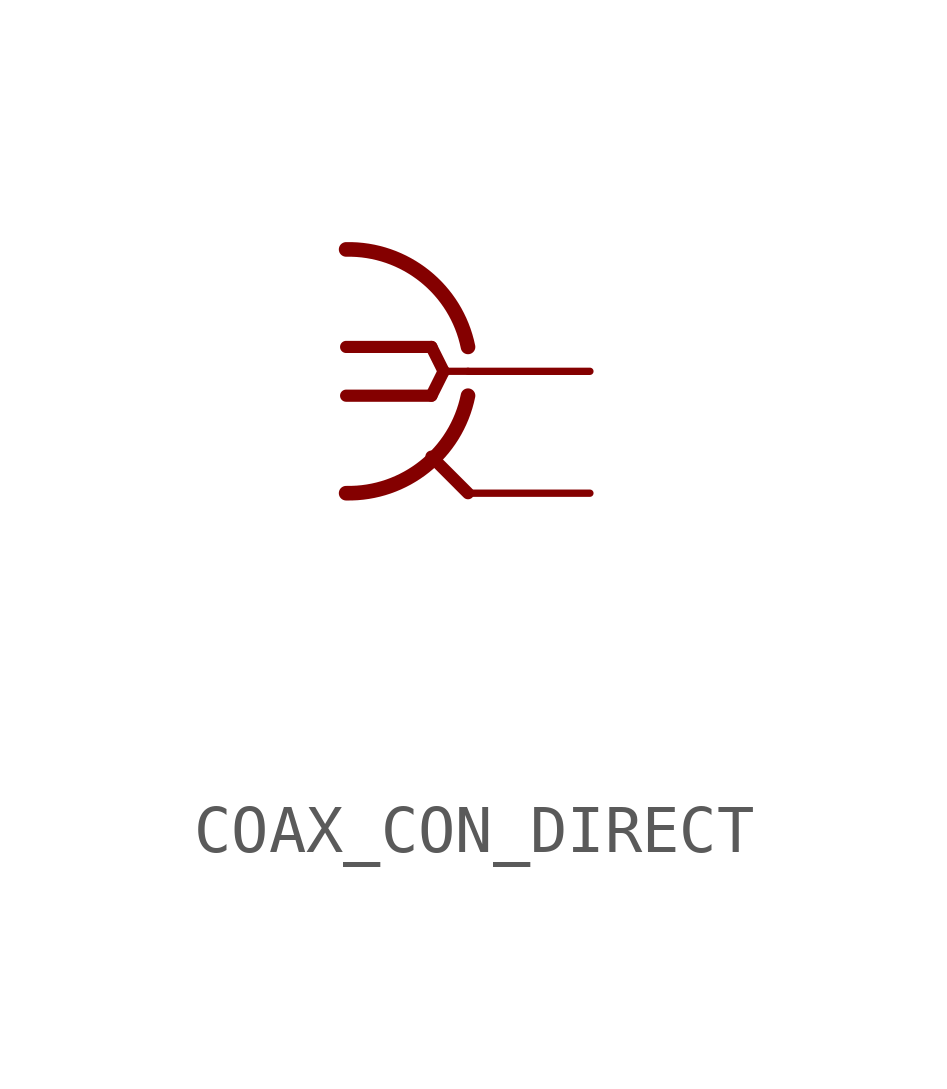
<source format=kicad_sym>
(kicad_symbol_lib
  (version 20231120)
  (generator "kicad_symbol_editor")
  (generator_version "8.0")
  (symbol "COAX_CON_DIRECT"
    (property "Reference" ""
      (at -2.54 3.302 0)
      (effects (font (size 1.778 1.511)) (justify left bottom) (hide yes)))
    (property "Value" ""
      (at -2.54 -7.62 0)
      (effects (font (size 1.778 1.511)) (justify left bottom)))
    (property "ki_locked" ""
      (at 0 0 0)
      (effects (font (size 1.27 1.27))))
    (symbol "COAX_CON_DIRECT_1_0"
      (arc (start -2.54 -2.54) (mid -0.9022 -1.9838) (end 0 -0.508) (stroke (width 0.3048) (type solid)) (fill (type none)))
      (polyline (pts (xy -2.54 0.508) (xy -0.762 0.508)) (stroke (width 0.254) (type solid)) (fill (type none)))
      (polyline (pts (xy -0.762 -0.508) (xy -2.54 -0.508)) (stroke (width 0.254) (type solid)) (fill (type none)))
      (polyline (pts (xy -0.762 0.508) (xy -0.508 0)) (stroke (width 0.254) (type solid)) (fill (type none)))
      (polyline (pts (xy -0.508 0) (xy -0.762 -0.508)) (stroke (width 0.254) (type solid)) (fill (type none)))
      (polyline (pts (xy 0 -2.54) (xy -0.762 -1.778)) (stroke (width 0.254) (type solid)) (fill (type none)))
      (polyline (pts (xy 0 0) (xy -0.508 0)) (stroke (width 0.152) (type solid)) (fill (type none)))
      (arc (start 0 0.508) (mid -0.9022 1.9838) (end -2.54 2.54) (stroke (width 0.3048) (type solid)) (fill (type none)))
      (pin passive line (at 2.54 0 180) (length 2.54) (name "1" (effects (font (size 0 0)))) (number "P$1" (effects (font (size 0 0)))))
      (pin passive line (at 2.54 -2.54 180) (length 2.54) (name "GND@1" (effects (font (size 0 0)))) (number "P$2" (effects (font (size 0 0))))))))
</source>
